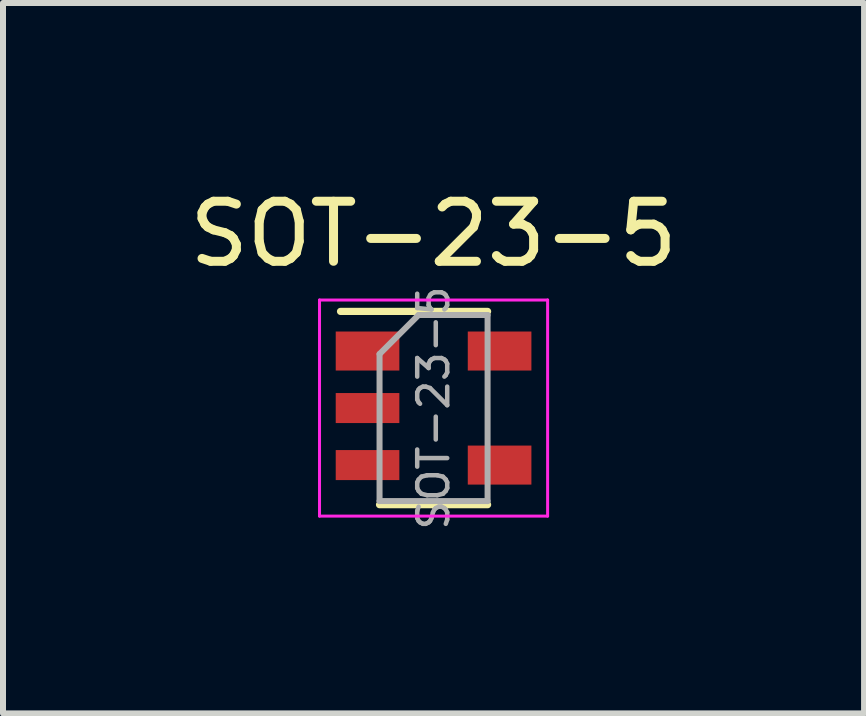
<source format=kicad_pcb>
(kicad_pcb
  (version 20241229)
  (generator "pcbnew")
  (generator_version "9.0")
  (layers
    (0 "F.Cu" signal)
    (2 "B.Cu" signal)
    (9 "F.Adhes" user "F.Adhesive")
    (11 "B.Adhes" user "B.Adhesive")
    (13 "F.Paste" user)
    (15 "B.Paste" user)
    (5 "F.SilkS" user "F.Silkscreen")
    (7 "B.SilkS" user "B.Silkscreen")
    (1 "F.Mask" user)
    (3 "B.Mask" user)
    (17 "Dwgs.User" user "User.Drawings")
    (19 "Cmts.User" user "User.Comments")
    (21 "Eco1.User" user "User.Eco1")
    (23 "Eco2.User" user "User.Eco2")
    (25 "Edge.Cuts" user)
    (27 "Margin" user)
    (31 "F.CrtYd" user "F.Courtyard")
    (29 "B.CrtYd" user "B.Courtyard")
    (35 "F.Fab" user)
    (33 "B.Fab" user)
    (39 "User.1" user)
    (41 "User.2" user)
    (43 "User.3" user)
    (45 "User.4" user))
  (footprint "SOT-23-5"
    (layer "F.Cu")
    (at 4.173 3.748)
    (property "Reference" "SOT-23-5" (at 0 -2.9 0) (layer "F.SilkS") (effects (font (size 1 1) (thickness 0.15))))
    (attr smd)
    (fp_line (start -0.9 1.61) (end 0.9 1.61) (stroke (width 0.12) (type solid)) (layer "F.SilkS"))
    (fp_line (start 0.9 -1.61) (end -1.55 -1.61) (stroke (width 0.12) (type solid)) (layer "F.SilkS"))
    (fp_line (start -1.9 -1.8) (end 1.9 -1.8) (stroke (width 0.05) (type solid)) (layer "F.CrtYd"))
    (fp_line (start -1.9 1.8) (end -1.9 -1.8) (stroke (width 0.05) (type solid)) (layer "F.CrtYd"))
    (fp_line (start 1.9 -1.8) (end 1.9 1.8) (stroke (width 0.05) (type solid)) (layer "F.CrtYd"))
    (fp_line (start 1.9 1.8) (end -1.9 1.8) (stroke (width 0.05) (type solid)) (layer "F.CrtYd"))
    (fp_line (start -0.9 -0.9) (end -0.9 1.55) (stroke (width 0.1) (type solid)) (layer "F.Fab"))
    (fp_line (start -0.9 -0.9) (end -0.25 -1.55) (stroke (width 0.1) (type solid)) (layer "F.Fab"))
    (fp_line (start 0.9 -1.55) (end -0.25 -1.55) (stroke (width 0.1) (type solid)) (layer "F.Fab"))
    (fp_line (start 0.9 -1.55) (end 0.9 1.55) (stroke (width 0.1) (type solid)) (layer "F.Fab"))
    (fp_line (start 0.9 1.55) (end -0.9 1.55) (stroke (width 0.1) (type solid)) (layer "F.Fab"))
    (fp_text user "${REFERENCE}" (at 0 0 90) (layer "F.Fab") (effects (font (size 0.5 0.5) (thickness 0.075))))
    (pad "1" smd rect (at -1.1 -0.95) (size 1.06 0.65) (layers "F.Cu" "F.Mask" "F.Paste"))
    (pad "2" smd rect (at -1.1 0) (size 1.06 0.5) (layers "F.Cu" "F.Mask" "F.Paste"))
    (pad "3" smd rect (at -1.1 0.95) (size 1.06 0.5) (layers "F.Cu" "F.Mask" "F.Paste"))
    (pad "4" smd rect (at 1.1 0.95) (size 1.06 0.65) (layers "F.Cu" "F.Mask" "F.Paste"))
    (pad "5" smd rect (at 1.1 -0.95) (size 1.06 0.65) (layers "F.Cu" "F.Mask" "F.Paste")))
  (gr_rect
    (start -3 -3)
    (end 11.345 8.835)
    (stroke (width 0.1) (type default))
    (fill no)
    (layer "Edge.Cuts")))
</source>
